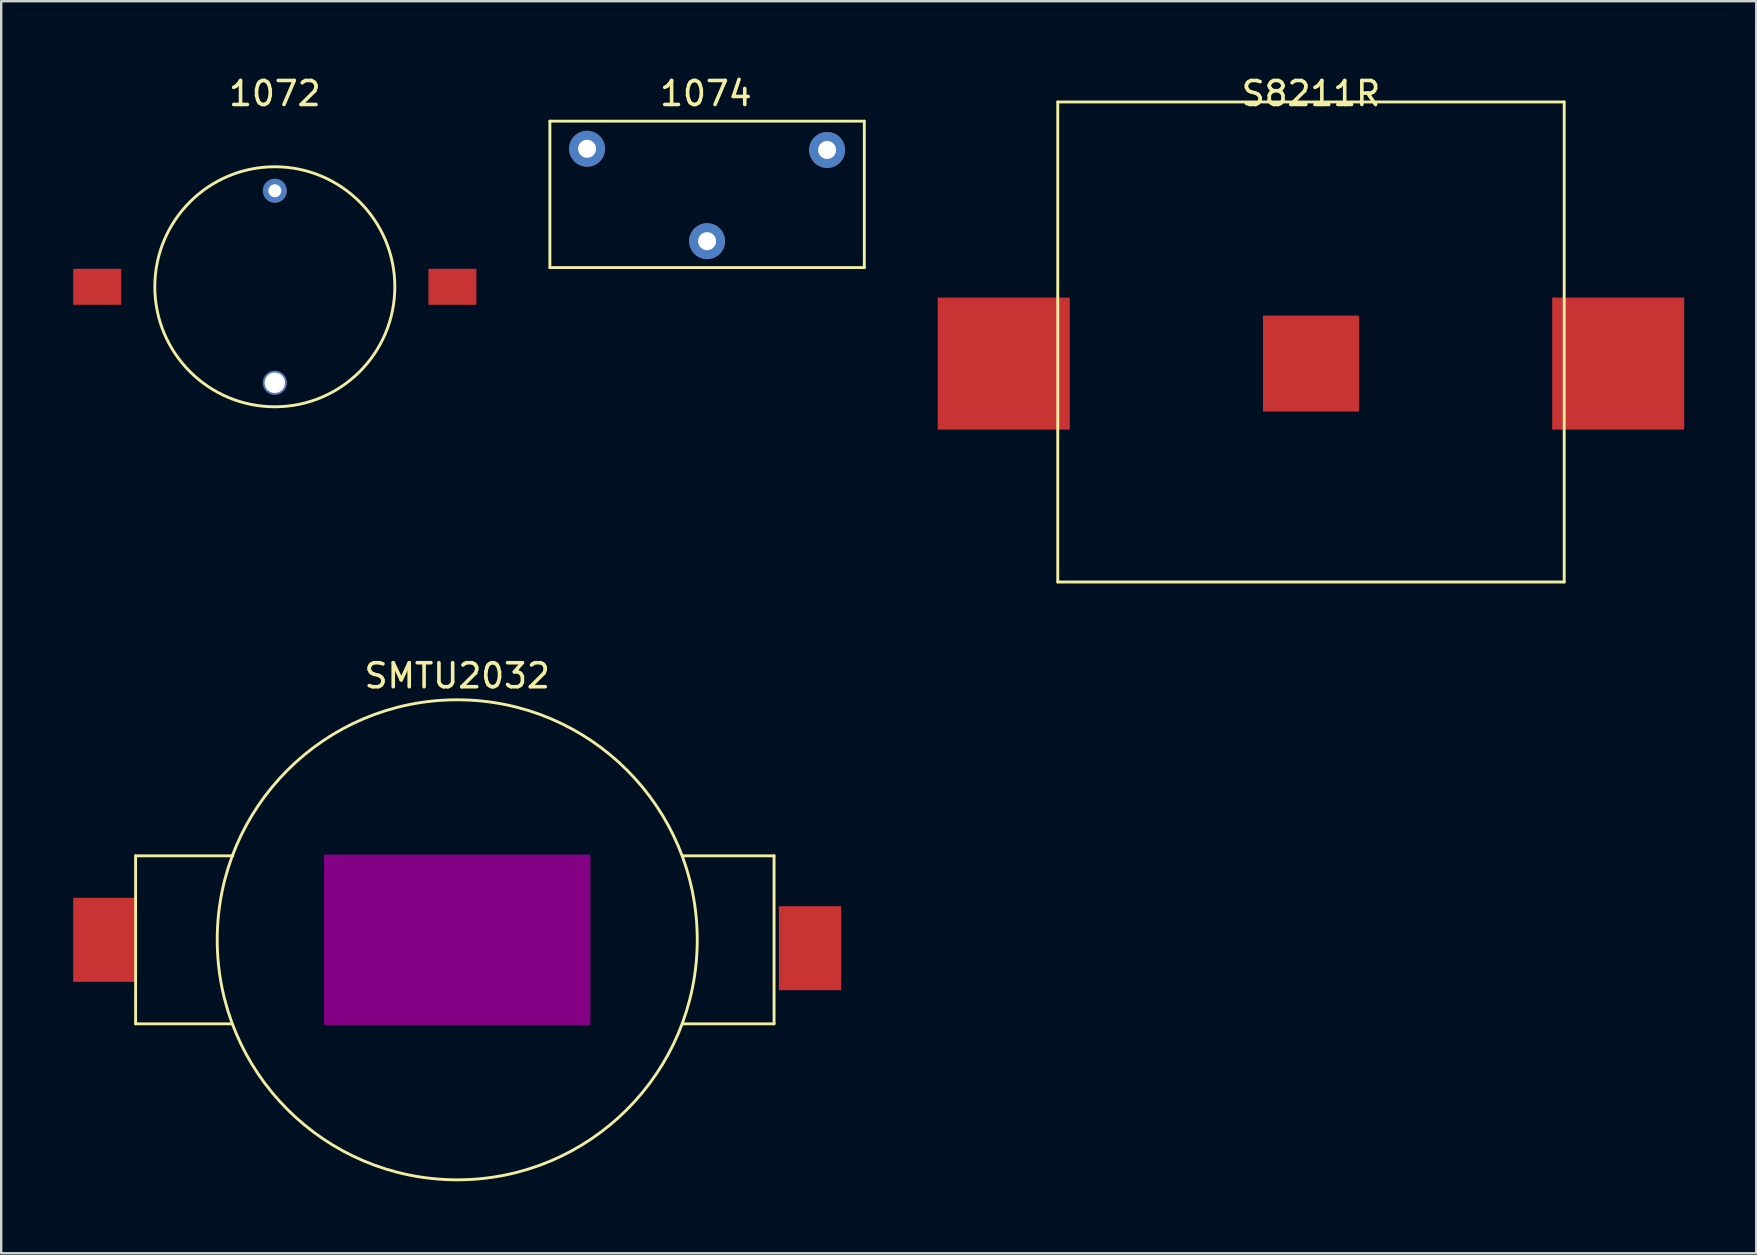
<source format=kicad_pcb>
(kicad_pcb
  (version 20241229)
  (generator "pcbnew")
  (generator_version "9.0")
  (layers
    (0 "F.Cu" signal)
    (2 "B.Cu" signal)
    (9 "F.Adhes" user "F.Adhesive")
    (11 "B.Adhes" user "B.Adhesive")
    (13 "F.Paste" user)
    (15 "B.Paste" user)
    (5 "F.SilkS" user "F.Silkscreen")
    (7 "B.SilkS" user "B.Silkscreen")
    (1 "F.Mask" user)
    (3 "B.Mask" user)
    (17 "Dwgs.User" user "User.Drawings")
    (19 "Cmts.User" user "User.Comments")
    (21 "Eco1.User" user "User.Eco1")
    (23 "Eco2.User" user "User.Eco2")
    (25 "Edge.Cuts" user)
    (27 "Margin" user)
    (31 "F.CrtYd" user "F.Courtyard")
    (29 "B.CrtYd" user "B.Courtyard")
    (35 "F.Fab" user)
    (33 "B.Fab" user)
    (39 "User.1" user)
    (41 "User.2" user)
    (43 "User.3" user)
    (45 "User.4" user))
  (footprint "SMTU2032"
    (layer "F.Cu")
    (at 16 36.106)
    (property "Reference" "SMTU2032" (at 0 -11 0) (layer "F.SilkS") (effects (font (size 1 1) (thickness 0.15))))
    (attr through_hole)
    (fp_line (start -13.4 -3.5) (end -13.4 3.5) (stroke (width 0.12) (type solid)) (layer "F.SilkS"))
    (fp_line (start -13.4 3.5) (end -9.4 3.5) (stroke (width 0.12) (type solid)) (layer "F.SilkS"))
    (fp_line (start -9.35 -3.5) (end -13.4 -3.5) (stroke (width 0.12) (type solid)) (layer "F.SilkS"))
    (fp_line (start 9.4 -3.5) (end 13.2 -3.5) (stroke (width 0.12) (type solid)) (layer "F.SilkS"))
    (fp_line (start 13.2 -3.5) (end 13.2 3.5) (stroke (width 0.12) (type solid)) (layer "F.SilkS"))
    (fp_line (start 13.2 3.5) (end 9.4 3.5) (stroke (width 0.12) (type solid)) (layer "F.SilkS"))
    (fp_circle (center 0 0) (end 10 0) (stroke (width 0.12) (type solid)) (fill no) (layer "F.SilkS"))
    (fp_poly (pts (xy -5.5 -3.5) (xy 5.5 -3.5) (xy 5.5 3.5) (xy -5.5 3.5)) (stroke (width 0.1) (type solid)) (fill yes) (layer "F.Adhes"))
    (pad "1" smd rect (at 14.7 0.35) (size 2.6 3.5) (layers "F.Cu" "F.Mask" "F.Paste"))
    (pad "2" smd rect (at -14.7 0) (size 2.6 3.5) (layers "F.Cu" "F.Mask" "F.Paste")))
  (footprint "1072"
    (layer "F.Cu")
    (at 8.4 8.898)
    (property "Reference" "1072" (at 0 -8.05 0) (layer "F.SilkS") (effects (font (size 1 1) (thickness 0.15))))
    (attr through_hole)
    (fp_circle (center 0 0) (end 5 0) (stroke (width 0.12) (type solid)) (fill no) (layer "F.SilkS"))
    (pad "1" smd rect (at -7.4 0) (size 2 1.5) (layers "F.Cu" "F.Mask" "F.Paste"))
    (pad "2" smd rect (at 7.4 0) (size 2 1.5) (layers "F.Cu" "F.Mask" "F.Paste"))
    (pad "3" thru_hole custom (at 0 -4) (size 1 1) (drill 0.54) (layers "*.Cu" "*.Mask") (options (anchor circle)) (primitives))
    (pad "3" thru_hole custom (at 0 4) (size 1 1) (drill 0.85) (layers "*.Cu" "*.Mask") (options (anchor circle)) (primitives)))
  (footprint "1074"
    (layer "F.Cu")
    (at 26.41 5.048)
    (property "Reference" "1074" (at -0.05 -4.2 0) (layer "F.SilkS") (effects (font (size 1 1) (thickness 0.15))))
    (attr through_hole)
    (fp_line (start -6.55 -3.05) (end -6.55 3.05) (stroke (width 0.12) (type solid)) (layer "F.SilkS"))
    (fp_line (start -6.55 3.05) (end 6.55 3.05) (stroke (width 0.12) (type solid)) (layer "F.SilkS"))
    (fp_line (start 6.55 -3.05) (end -6.55 -3.05) (stroke (width 0.12) (type solid)) (layer "F.SilkS"))
    (fp_line (start 6.55 3.05) (end 6.55 -3.05) (stroke (width 0.12) (type solid)) (layer "F.SilkS"))
    (pad "1" thru_hole custom (at -5 -1.9) (size 1.5 1.5) (drill 0.75) (layers "*.Cu" "*.Mask") (options (anchor circle)) (primitives))
    (pad "1" thru_hole custom (at 5 -1.85) (size 1.5 1.5) (drill 0.75) (layers "*.Cu" "*.Mask") (options (anchor circle)) (primitives))
    (pad "2" thru_hole custom (at 0 1.95) (size 1.5 1.5) (drill 0.75) (layers "*.Cu" "*.Mask") (options (anchor circle)) (primitives)))
  (footprint "S8211R"
    (layer "F.Cu")
    (at 51.57 12.098)
    (property "Reference" "S8211R" (at 0 -11.25 0) (layer "F.SilkS") (effects (font (size 1 1) (thickness 0.15))))
    (attr through_hole)
    (fp_line (start -10.55 -10.9) (end -10.55 9.1) (stroke (width 0.12) (type solid)) (layer "F.SilkS"))
    (fp_line (start -10.55 -10.9) (end 10.55 -10.9) (stroke (width 0.12) (type solid)) (layer "F.SilkS"))
    (fp_line (start -10.55 9.1) (end 10.55 9.1) (stroke (width 0.12) (type solid)) (layer "F.SilkS"))
    (fp_line (start 10.55 9.1) (end 10.55 -10.9) (stroke (width 0.12) (type solid)) (layer "F.SilkS"))
    (pad "1" smd rect (at -12.8 0) (size 5.5 5.5) (layers "F.Cu" "F.Mask" "F.Paste"))
    (pad "1" smd rect (at 12.8 0) (size 5.5 5.5) (layers "F.Cu" "F.Mask" "F.Paste"))
    (pad "2" smd rect (at 0 0) (size 4 4) (layers "F.Cu" "F.Mask" "F.Paste")))
  (gr_rect
    (start -3 -3)
    (end 70.12 49.166)
    (stroke (width 0.1) (type default))
    (fill no)
    (layer "Edge.Cuts")))
</source>
